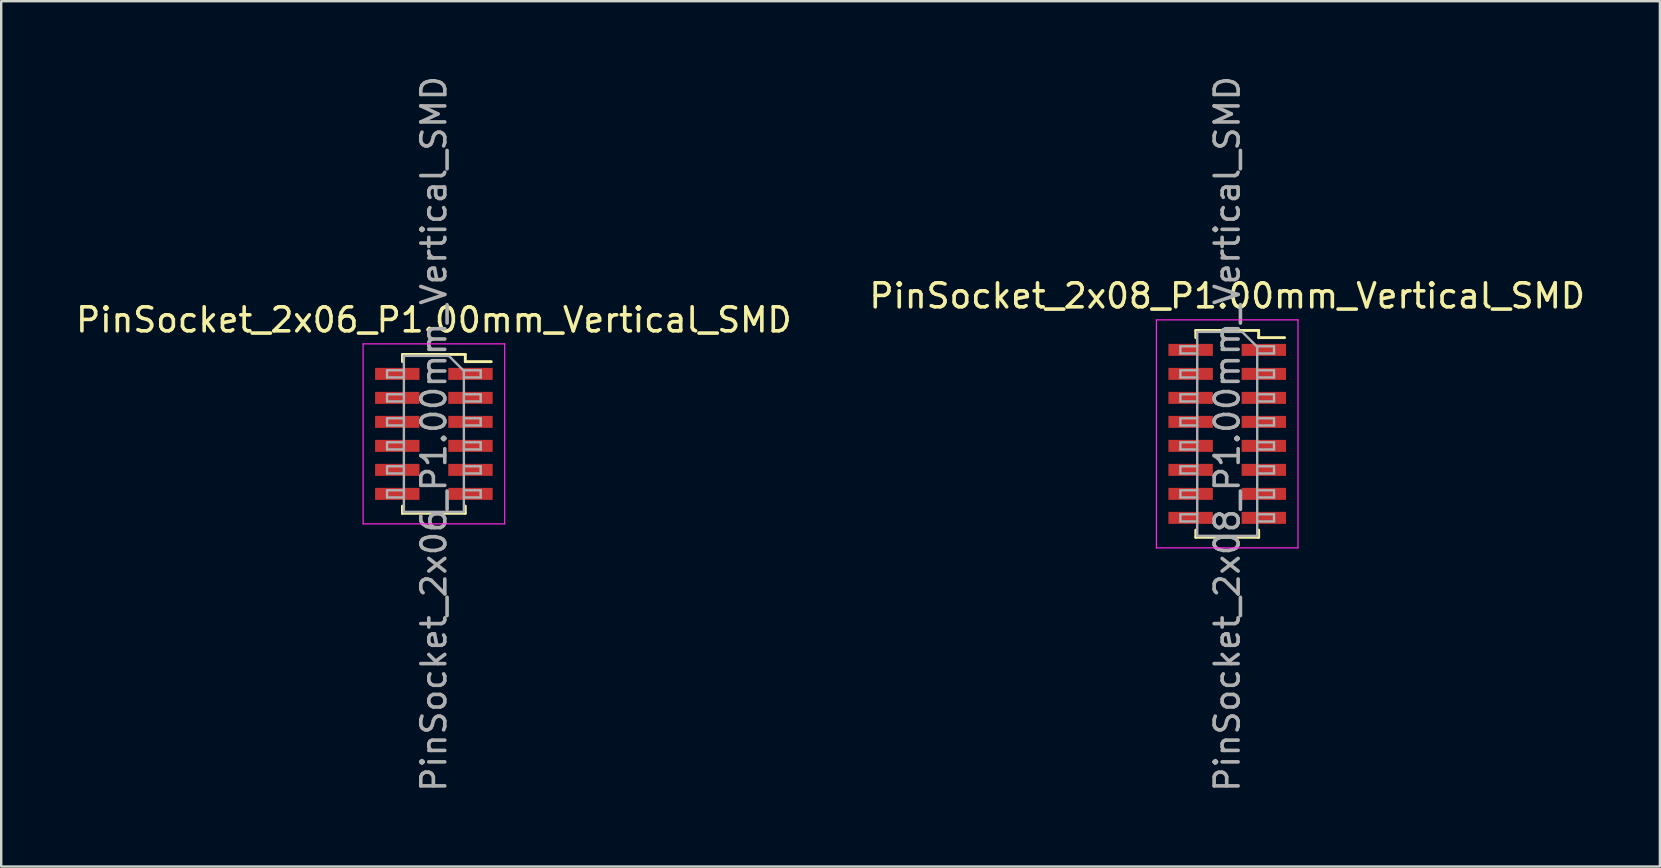
<source format=kicad_pcb>
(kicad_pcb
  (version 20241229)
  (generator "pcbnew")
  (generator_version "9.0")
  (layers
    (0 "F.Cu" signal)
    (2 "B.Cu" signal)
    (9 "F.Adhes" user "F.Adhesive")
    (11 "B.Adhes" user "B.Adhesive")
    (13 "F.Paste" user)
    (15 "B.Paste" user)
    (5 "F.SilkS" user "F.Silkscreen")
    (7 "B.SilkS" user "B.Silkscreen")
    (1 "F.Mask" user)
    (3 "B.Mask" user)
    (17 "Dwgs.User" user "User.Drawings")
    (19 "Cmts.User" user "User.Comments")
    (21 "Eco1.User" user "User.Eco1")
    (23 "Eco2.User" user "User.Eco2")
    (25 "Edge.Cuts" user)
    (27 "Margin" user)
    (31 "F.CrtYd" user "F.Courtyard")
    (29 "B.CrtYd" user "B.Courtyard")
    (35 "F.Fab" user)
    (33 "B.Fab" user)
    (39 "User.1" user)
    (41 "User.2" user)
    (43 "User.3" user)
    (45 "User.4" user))
  (footprint "PinSocket_2x06_P1.00mm_Vertical_SMD"
    (layer "F.Cu")
    (at 15.03 15.03)
    (property "Reference" "PinSocket_2x06_P1.00mm_Vertical_SMD" (at 0 -4.75 0) (layer "F.SilkS") (effects (font (size 1 1) (thickness 0.15))))
    (attr smd)
    (fp_line (start -1.31 -3.31) (end -1.31 -3.01) (stroke (width 0.12) (type solid)) (layer "F.SilkS"))
    (fp_line (start -1.31 -3.31) (end 1.31 -3.31) (stroke (width 0.12) (type solid)) (layer "F.SilkS"))
    (fp_line (start -1.31 3.01) (end -1.31 3.31) (stroke (width 0.12) (type solid)) (layer "F.SilkS"))
    (fp_line (start -1.31 3.31) (end 1.31 3.31) (stroke (width 0.12) (type solid)) (layer "F.SilkS"))
    (fp_line (start 1.31 -3.31) (end 1.31 -3.01) (stroke (width 0.12) (type solid)) (layer "F.SilkS"))
    (fp_line (start 1.31 -3.01) (end 2.39 -3.01) (stroke (width 0.12) (type solid)) (layer "F.SilkS"))
    (fp_line (start 1.31 3.01) (end 1.31 3.31) (stroke (width 0.12) (type solid)) (layer "F.SilkS"))
    (fp_line (start -2.95 -3.75) (end 2.95 -3.75) (stroke (width 0.05) (type solid)) (layer "F.CrtYd"))
    (fp_line (start -2.95 3.75) (end -2.95 -3.75) (stroke (width 0.05) (type solid)) (layer "F.CrtYd"))
    (fp_line (start 2.95 -3.75) (end 2.95 3.75) (stroke (width 0.05) (type solid)) (layer "F.CrtYd"))
    (fp_line (start 2.95 3.75) (end -2.95 3.75) (stroke (width 0.05) (type solid)) (layer "F.CrtYd"))
    (fp_line (start -1.95 -2.65) (end -1.25 -2.65) (stroke (width 0.1) (type solid)) (layer "F.Fab"))
    (fp_line (start -1.95 -2.35) (end -1.95 -2.65) (stroke (width 0.1) (type solid)) (layer "F.Fab"))
    (fp_line (start -1.95 -1.65) (end -1.25 -1.65) (stroke (width 0.1) (type solid)) (layer "F.Fab"))
    (fp_line (start -1.95 -1.35) (end -1.95 -1.65) (stroke (width 0.1) (type solid)) (layer "F.Fab"))
    (fp_line (start -1.95 -0.65) (end -1.25 -0.65) (stroke (width 0.1) (type solid)) (layer "F.Fab"))
    (fp_line (start -1.95 -0.35) (end -1.95 -0.65) (stroke (width 0.1) (type solid)) (layer "F.Fab"))
    (fp_line (start -1.95 0.35) (end -1.25 0.35) (stroke (width 0.1) (type solid)) (layer "F.Fab"))
    (fp_line (start -1.95 0.65) (end -1.95 0.35) (stroke (width 0.1) (type solid)) (layer "F.Fab"))
    (fp_line (start -1.95 1.35) (end -1.25 1.35) (stroke (width 0.1) (type solid)) (layer "F.Fab"))
    (fp_line (start -1.95 1.65) (end -1.95 1.35) (stroke (width 0.1) (type solid)) (layer "F.Fab"))
    (fp_line (start -1.95 2.35) (end -1.25 2.35) (stroke (width 0.1) (type solid)) (layer "F.Fab"))
    (fp_line (start -1.95 2.65) (end -1.95 2.35) (stroke (width 0.1) (type solid)) (layer "F.Fab"))
    (fp_line (start -1.25 -3.25) (end 0.625 -3.25) (stroke (width 0.1) (type solid)) (layer "F.Fab"))
    (fp_line (start -1.25 -2.35) (end -1.95 -2.35) (stroke (width 0.1) (type solid)) (layer "F.Fab"))
    (fp_line (start -1.25 -1.35) (end -1.95 -1.35) (stroke (width 0.1) (type solid)) (layer "F.Fab"))
    (fp_line (start -1.25 -0.35) (end -1.95 -0.35) (stroke (width 0.1) (type solid)) (layer "F.Fab"))
    (fp_line (start -1.25 0.65) (end -1.95 0.65) (stroke (width 0.1) (type solid)) (layer "F.Fab"))
    (fp_line (start -1.25 1.65) (end -1.95 1.65) (stroke (width 0.1) (type solid)) (layer "F.Fab"))
    (fp_line (start -1.25 2.65) (end -1.95 2.65) (stroke (width 0.1) (type solid)) (layer "F.Fab"))
    (fp_line (start -1.25 3.25) (end -1.25 -3.25) (stroke (width 0.1) (type solid)) (layer "F.Fab"))
    (fp_line (start 0.625 -3.25) (end 1.25 -2.625) (stroke (width 0.1) (type solid)) (layer "F.Fab"))
    (fp_line (start 1.25 -2.65) (end 1.95 -2.65) (stroke (width 0.1) (type solid)) (layer "F.Fab"))
    (fp_line (start 1.25 -2.625) (end 1.25 3.25) (stroke (width 0.1) (type solid)) (layer "F.Fab"))
    (fp_line (start 1.25 -1.65) (end 1.95 -1.65) (stroke (width 0.1) (type solid)) (layer "F.Fab"))
    (fp_line (start 1.25 -0.65) (end 1.95 -0.65) (stroke (width 0.1) (type solid)) (layer "F.Fab"))
    (fp_line (start 1.25 0.35) (end 1.95 0.35) (stroke (width 0.1) (type solid)) (layer "F.Fab"))
    (fp_line (start 1.25 1.35) (end 1.95 1.35) (stroke (width 0.1) (type solid)) (layer "F.Fab"))
    (fp_line (start 1.25 2.35) (end 1.95 2.35) (stroke (width 0.1) (type solid)) (layer "F.Fab"))
    (fp_line (start 1.25 3.25) (end -1.25 3.25) (stroke (width 0.1) (type solid)) (layer "F.Fab"))
    (fp_line (start 1.95 -2.65) (end 1.95 -2.35) (stroke (width 0.1) (type solid)) (layer "F.Fab"))
    (fp_line (start 1.95 -2.35) (end 1.25 -2.35) (stroke (width 0.1) (type solid)) (layer "F.Fab"))
    (fp_line (start 1.95 -1.65) (end 1.95 -1.35) (stroke (width 0.1) (type solid)) (layer "F.Fab"))
    (fp_line (start 1.95 -1.35) (end 1.25 -1.35) (stroke (width 0.1) (type solid)) (layer "F.Fab"))
    (fp_line (start 1.95 -0.65) (end 1.95 -0.35) (stroke (width 0.1) (type solid)) (layer "F.Fab"))
    (fp_line (start 1.95 -0.35) (end 1.25 -0.35) (stroke (width 0.1) (type solid)) (layer "F.Fab"))
    (fp_line (start 1.95 0.35) (end 1.95 0.65) (stroke (width 0.1) (type solid)) (layer "F.Fab"))
    (fp_line (start 1.95 0.65) (end 1.25 0.65) (stroke (width 0.1) (type solid)) (layer "F.Fab"))
    (fp_line (start 1.95 1.35) (end 1.95 1.65) (stroke (width 0.1) (type solid)) (layer "F.Fab"))
    (fp_line (start 1.95 1.65) (end 1.25 1.65) (stroke (width 0.1) (type solid)) (layer "F.Fab"))
    (fp_line (start 1.95 2.35) (end 1.95 2.65) (stroke (width 0.1) (type solid)) (layer "F.Fab"))
    (fp_line (start 1.95 2.65) (end 1.25 2.65) (stroke (width 0.1) (type solid)) (layer "F.Fab"))
    (fp_text user "${REFERENCE}" (at 0 0 90) (layer "F.Fab") (effects (font (size 1 1) (thickness 0.15))))
    (pad "1" smd rect (at 1.525 -2.5) (size 1.85 0.5) (layers "F.Cu" "F.Mask" "F.Paste"))
    (pad "2" smd rect (at -1.525 -2.5) (size 1.85 0.5) (layers "F.Cu" "F.Mask" "F.Paste"))
    (pad "3" smd rect (at 1.525 -1.5) (size 1.85 0.5) (layers "F.Cu" "F.Mask" "F.Paste"))
    (pad "4" smd rect (at -1.525 -1.5) (size 1.85 0.5) (layers "F.Cu" "F.Mask" "F.Paste"))
    (pad "5" smd rect (at 1.525 -0.5) (size 1.85 0.5) (layers "F.Cu" "F.Mask" "F.Paste"))
    (pad "6" smd rect (at -1.525 -0.5) (size 1.85 0.5) (layers "F.Cu" "F.Mask" "F.Paste"))
    (pad "7" smd rect (at 1.525 0.5) (size 1.85 0.5) (layers "F.Cu" "F.Mask" "F.Paste"))
    (pad "8" smd rect (at -1.525 0.5) (size 1.85 0.5) (layers "F.Cu" "F.Mask" "F.Paste"))
    (pad "9" smd rect (at 1.525 1.5) (size 1.85 0.5) (layers "F.Cu" "F.Mask" "F.Paste"))
    (pad "10" smd rect (at -1.525 1.5) (size 1.85 0.5) (layers "F.Cu" "F.Mask" "F.Paste"))
    (pad "11" smd rect (at 1.525 2.5) (size 1.85 0.5) (layers "F.Cu" "F.Mask" "F.Paste"))
    (pad "12" smd rect (at -1.525 2.5) (size 1.85 0.5) (layers "F.Cu" "F.Mask" "F.Paste")))
  (footprint "PinSocket_2x08_P1.00mm_Vertical_SMD"
    (layer "F.Cu")
    (at 48.089 15.03)
    (property "Reference" "PinSocket_2x08_P1.00mm_Vertical_SMD" (at 0 -5.75 0) (layer "F.SilkS") (effects (font (size 1 1) (thickness 0.15))))
    (attr smd)
    (fp_line (start -1.31 -4.31) (end -1.31 -4.01) (stroke (width 0.12) (type solid)) (layer "F.SilkS"))
    (fp_line (start -1.31 -4.31) (end 1.31 -4.31) (stroke (width 0.12) (type solid)) (layer "F.SilkS"))
    (fp_line (start -1.31 4.01) (end -1.31 4.31) (stroke (width 0.12) (type solid)) (layer "F.SilkS"))
    (fp_line (start -1.31 4.31) (end 1.31 4.31) (stroke (width 0.12) (type solid)) (layer "F.SilkS"))
    (fp_line (start 1.31 -4.31) (end 1.31 -4.01) (stroke (width 0.12) (type solid)) (layer "F.SilkS"))
    (fp_line (start 1.31 -4.01) (end 2.39 -4.01) (stroke (width 0.12) (type solid)) (layer "F.SilkS"))
    (fp_line (start 1.31 4.01) (end 1.31 4.31) (stroke (width 0.12) (type solid)) (layer "F.SilkS"))
    (fp_line (start -2.95 -4.75) (end 2.95 -4.75) (stroke (width 0.05) (type solid)) (layer "F.CrtYd"))
    (fp_line (start -2.95 4.75) (end -2.95 -4.75) (stroke (width 0.05) (type solid)) (layer "F.CrtYd"))
    (fp_line (start 2.95 -4.75) (end 2.95 4.75) (stroke (width 0.05) (type solid)) (layer "F.CrtYd"))
    (fp_line (start 2.95 4.75) (end -2.95 4.75) (stroke (width 0.05) (type solid)) (layer "F.CrtYd"))
    (fp_line (start -1.95 -3.65) (end -1.25 -3.65) (stroke (width 0.1) (type solid)) (layer "F.Fab"))
    (fp_line (start -1.95 -3.35) (end -1.95 -3.65) (stroke (width 0.1) (type solid)) (layer "F.Fab"))
    (fp_line (start -1.95 -2.65) (end -1.25 -2.65) (stroke (width 0.1) (type solid)) (layer "F.Fab"))
    (fp_line (start -1.95 -2.35) (end -1.95 -2.65) (stroke (width 0.1) (type solid)) (layer "F.Fab"))
    (fp_line (start -1.95 -1.65) (end -1.25 -1.65) (stroke (width 0.1) (type solid)) (layer "F.Fab"))
    (fp_line (start -1.95 -1.35) (end -1.95 -1.65) (stroke (width 0.1) (type solid)) (layer "F.Fab"))
    (fp_line (start -1.95 -0.65) (end -1.25 -0.65) (stroke (width 0.1) (type solid)) (layer "F.Fab"))
    (fp_line (start -1.95 -0.35) (end -1.95 -0.65) (stroke (width 0.1) (type solid)) (layer "F.Fab"))
    (fp_line (start -1.95 0.35) (end -1.25 0.35) (stroke (width 0.1) (type solid)) (layer "F.Fab"))
    (fp_line (start -1.95 0.65) (end -1.95 0.35) (stroke (width 0.1) (type solid)) (layer "F.Fab"))
    (fp_line (start -1.95 1.35) (end -1.25 1.35) (stroke (width 0.1) (type solid)) (layer "F.Fab"))
    (fp_line (start -1.95 1.65) (end -1.95 1.35) (stroke (width 0.1) (type solid)) (layer "F.Fab"))
    (fp_line (start -1.95 2.35) (end -1.25 2.35) (stroke (width 0.1) (type solid)) (layer "F.Fab"))
    (fp_line (start -1.95 2.65) (end -1.95 2.35) (stroke (width 0.1) (type solid)) (layer "F.Fab"))
    (fp_line (start -1.95 3.35) (end -1.25 3.35) (stroke (width 0.1) (type solid)) (layer "F.Fab"))
    (fp_line (start -1.95 3.65) (end -1.95 3.35) (stroke (width 0.1) (type solid)) (layer "F.Fab"))
    (fp_line (start -1.25 -4.25) (end 0.625 -4.25) (stroke (width 0.1) (type solid)) (layer "F.Fab"))
    (fp_line (start -1.25 -3.35) (end -1.95 -3.35) (stroke (width 0.1) (type solid)) (layer "F.Fab"))
    (fp_line (start -1.25 -2.35) (end -1.95 -2.35) (stroke (width 0.1) (type solid)) (layer "F.Fab"))
    (fp_line (start -1.25 -1.35) (end -1.95 -1.35) (stroke (width 0.1) (type solid)) (layer "F.Fab"))
    (fp_line (start -1.25 -0.35) (end -1.95 -0.35) (stroke (width 0.1) (type solid)) (layer "F.Fab"))
    (fp_line (start -1.25 0.65) (end -1.95 0.65) (stroke (width 0.1) (type solid)) (layer "F.Fab"))
    (fp_line (start -1.25 1.65) (end -1.95 1.65) (stroke (width 0.1) (type solid)) (layer "F.Fab"))
    (fp_line (start -1.25 2.65) (end -1.95 2.65) (stroke (width 0.1) (type solid)) (layer "F.Fab"))
    (fp_line (start -1.25 3.65) (end -1.95 3.65) (stroke (width 0.1) (type solid)) (layer "F.Fab"))
    (fp_line (start -1.25 4.25) (end -1.25 -4.25) (stroke (width 0.1) (type solid)) (layer "F.Fab"))
    (fp_line (start 0.625 -4.25) (end 1.25 -3.625) (stroke (width 0.1) (type solid)) (layer "F.Fab"))
    (fp_line (start 1.25 -3.65) (end 1.95 -3.65) (stroke (width 0.1) (type solid)) (layer "F.Fab"))
    (fp_line (start 1.25 -3.625) (end 1.25 4.25) (stroke (width 0.1) (type solid)) (layer "F.Fab"))
    (fp_line (start 1.25 -2.65) (end 1.95 -2.65) (stroke (width 0.1) (type solid)) (layer "F.Fab"))
    (fp_line (start 1.25 -1.65) (end 1.95 -1.65) (stroke (width 0.1) (type solid)) (layer "F.Fab"))
    (fp_line (start 1.25 -0.65) (end 1.95 -0.65) (stroke (width 0.1) (type solid)) (layer "F.Fab"))
    (fp_line (start 1.25 0.35) (end 1.95 0.35) (stroke (width 0.1) (type solid)) (layer "F.Fab"))
    (fp_line (start 1.25 1.35) (end 1.95 1.35) (stroke (width 0.1) (type solid)) (layer "F.Fab"))
    (fp_line (start 1.25 2.35) (end 1.95 2.35) (stroke (width 0.1) (type solid)) (layer "F.Fab"))
    (fp_line (start 1.25 3.35) (end 1.95 3.35) (stroke (width 0.1) (type solid)) (layer "F.Fab"))
    (fp_line (start 1.25 4.25) (end -1.25 4.25) (stroke (width 0.1) (type solid)) (layer "F.Fab"))
    (fp_line (start 1.95 -3.65) (end 1.95 -3.35) (stroke (width 0.1) (type solid)) (layer "F.Fab"))
    (fp_line (start 1.95 -3.35) (end 1.25 -3.35) (stroke (width 0.1) (type solid)) (layer "F.Fab"))
    (fp_line (start 1.95 -2.65) (end 1.95 -2.35) (stroke (width 0.1) (type solid)) (layer "F.Fab"))
    (fp_line (start 1.95 -2.35) (end 1.25 -2.35) (stroke (width 0.1) (type solid)) (layer "F.Fab"))
    (fp_line (start 1.95 -1.65) (end 1.95 -1.35) (stroke (width 0.1) (type solid)) (layer "F.Fab"))
    (fp_line (start 1.95 -1.35) (end 1.25 -1.35) (stroke (width 0.1) (type solid)) (layer "F.Fab"))
    (fp_line (start 1.95 -0.65) (end 1.95 -0.35) (stroke (width 0.1) (type solid)) (layer "F.Fab"))
    (fp_line (start 1.95 -0.35) (end 1.25 -0.35) (stroke (width 0.1) (type solid)) (layer "F.Fab"))
    (fp_line (start 1.95 0.35) (end 1.95 0.65) (stroke (width 0.1) (type solid)) (layer "F.Fab"))
    (fp_line (start 1.95 0.65) (end 1.25 0.65) (stroke (width 0.1) (type solid)) (layer "F.Fab"))
    (fp_line (start 1.95 1.35) (end 1.95 1.65) (stroke (width 0.1) (type solid)) (layer "F.Fab"))
    (fp_line (start 1.95 1.65) (end 1.25 1.65) (stroke (width 0.1) (type solid)) (layer "F.Fab"))
    (fp_line (start 1.95 2.35) (end 1.95 2.65) (stroke (width 0.1) (type solid)) (layer "F.Fab"))
    (fp_line (start 1.95 2.65) (end 1.25 2.65) (stroke (width 0.1) (type solid)) (layer "F.Fab"))
    (fp_line (start 1.95 3.35) (end 1.95 3.65) (stroke (width 0.1) (type solid)) (layer "F.Fab"))
    (fp_line (start 1.95 3.65) (end 1.25 3.65) (stroke (width 0.1) (type solid)) (layer "F.Fab"))
    (fp_text user "${REFERENCE}" (at 0 0 90) (layer "F.Fab") (effects (font (size 1 1) (thickness 0.15))))
    (pad "1" smd rect (at 1.525 -3.5) (size 1.85 0.5) (layers "F.Cu" "F.Mask" "F.Paste"))
    (pad "2" smd rect (at -1.525 -3.5) (size 1.85 0.5) (layers "F.Cu" "F.Mask" "F.Paste"))
    (pad "3" smd rect (at 1.525 -2.5) (size 1.85 0.5) (layers "F.Cu" "F.Mask" "F.Paste"))
    (pad "4" smd rect (at -1.525 -2.5) (size 1.85 0.5) (layers "F.Cu" "F.Mask" "F.Paste"))
    (pad "5" smd rect (at 1.525 -1.5) (size 1.85 0.5) (layers "F.Cu" "F.Mask" "F.Paste"))
    (pad "6" smd rect (at -1.525 -1.5) (size 1.85 0.5) (layers "F.Cu" "F.Mask" "F.Paste"))
    (pad "7" smd rect (at 1.525 -0.5) (size 1.85 0.5) (layers "F.Cu" "F.Mask" "F.Paste"))
    (pad "8" smd rect (at -1.525 -0.5) (size 1.85 0.5) (layers "F.Cu" "F.Mask" "F.Paste"))
    (pad "9" smd rect (at 1.525 0.5) (size 1.85 0.5) (layers "F.Cu" "F.Mask" "F.Paste"))
    (pad "10" smd rect (at -1.525 0.5) (size 1.85 0.5) (layers "F.Cu" "F.Mask" "F.Paste"))
    (pad "11" smd rect (at 1.525 1.5) (size 1.85 0.5) (layers "F.Cu" "F.Mask" "F.Paste"))
    (pad "12" smd rect (at -1.525 1.5) (size 1.85 0.5) (layers "F.Cu" "F.Mask" "F.Paste"))
    (pad "13" smd rect (at 1.525 2.5) (size 1.85 0.5) (layers "F.Cu" "F.Mask" "F.Paste"))
    (pad "14" smd rect (at -1.525 2.5) (size 1.85 0.5) (layers "F.Cu" "F.Mask" "F.Paste"))
    (pad "15" smd rect (at 1.525 3.5) (size 1.85 0.5) (layers "F.Cu" "F.Mask" "F.Paste"))
    (pad "16" smd rect (at -1.525 3.5) (size 1.85 0.5) (layers "F.Cu" "F.Mask" "F.Paste")))
  (gr_rect
    (start -3 -3)
    (end 66.119 33.06)
    (stroke (width 0.1) (type default))
    (fill no)
    (layer "Edge.Cuts")))
</source>
